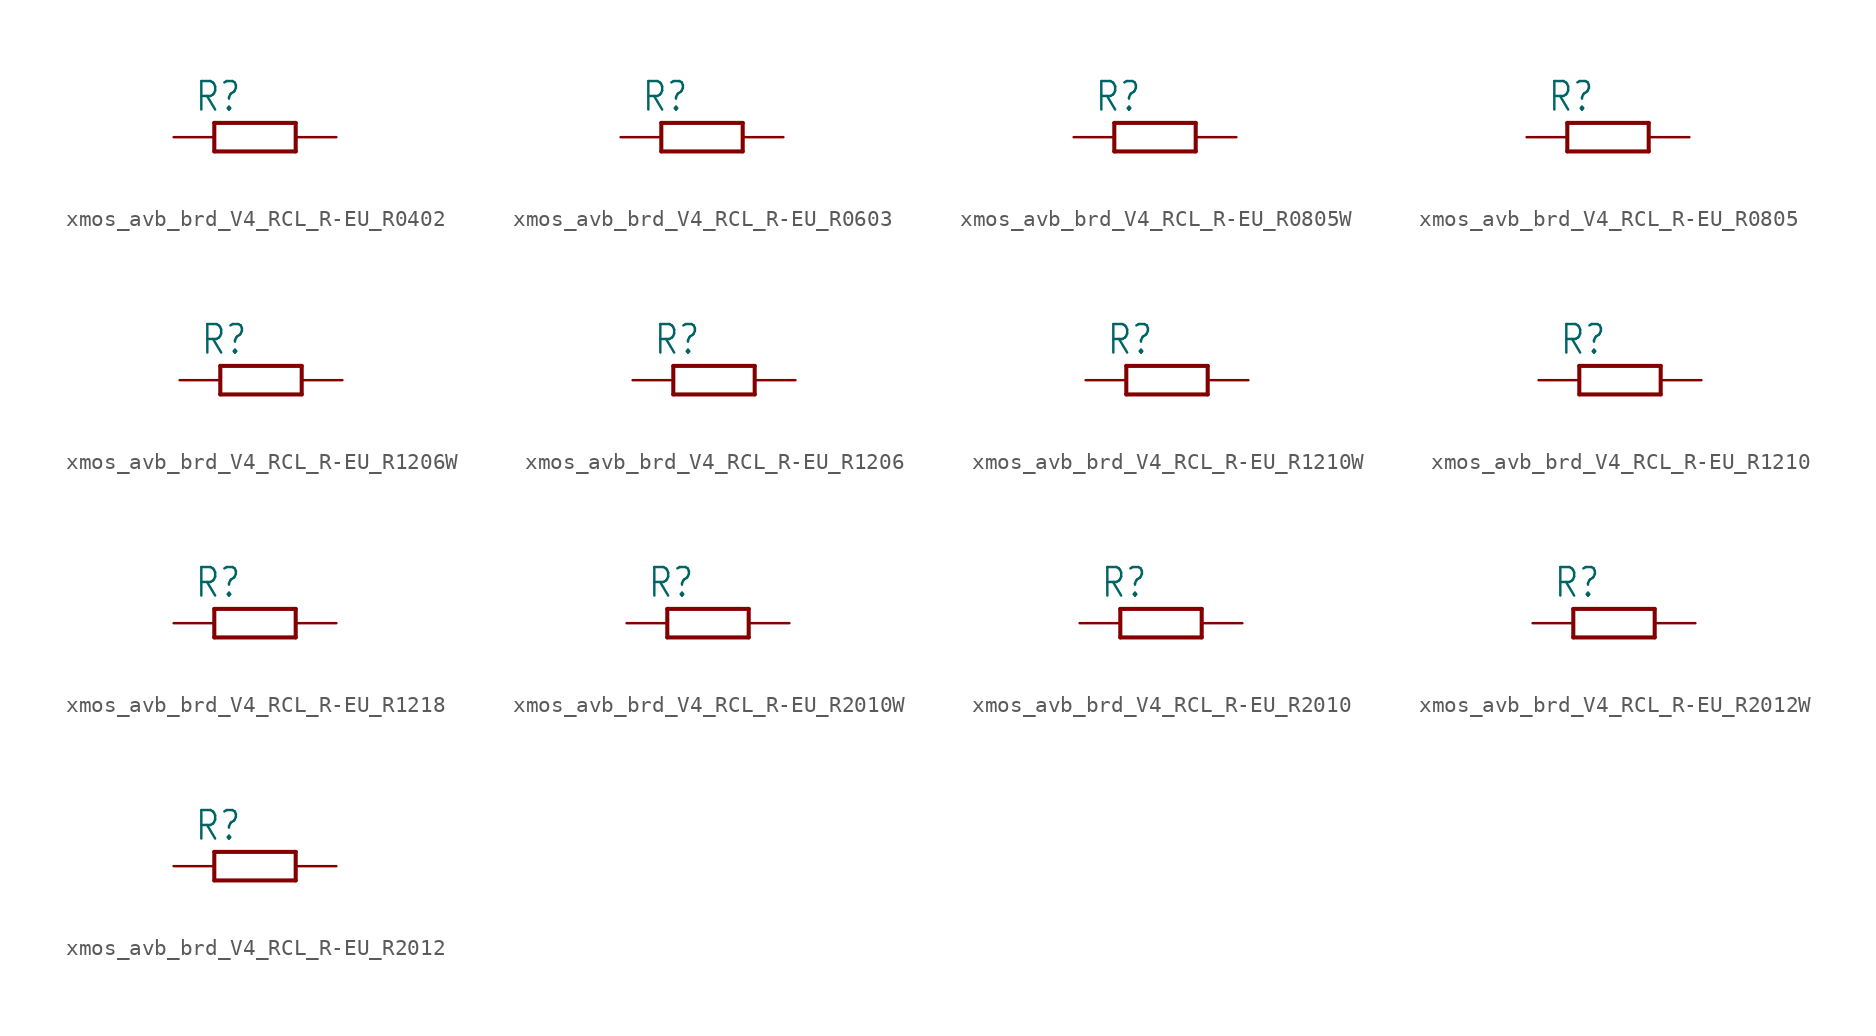
<source format=kicad_sym>
(kicad_symbol_lib
  (version 20241209)
  (generator "kicad_symbol_editor")
  (generator_version "9.0")
  (symbol "xmos_avb_brd_V4_RCL_R-EU_R0402"
    (property "Reference" "R"
      (at -3.81 1.499 0)
      (effects (font (size 1.778 1.511)) (justify left bottom)))
    (property "Value" ""
      (at -3.81 -3.302 0)
      (effects (font (size 1.778 1.511)) (justify left bottom)))
    (property "ki_locked" ""
      (at 0 0 0)
      (effects (font (size 1.27 1.27))))
    (symbol "xmos_avb_brd_V4_RCL_R-EU_R0402_1_0"
      (polyline (pts (xy -2.54 -0.889) (xy -2.54 0.889)) (stroke (width 0.254) (type solid)) (fill (type none)))
      (polyline (pts (xy -2.54 -0.889) (xy 2.54 -0.889)) (stroke (width 0.254) (type solid)) (fill (type none)))
      (polyline (pts (xy 2.54 0.889) (xy -2.54 0.889)) (stroke (width 0.254) (type solid)) (fill (type none)))
      (polyline (pts (xy 2.54 -0.889) (xy 2.54 0.889)) (stroke (width 0.254) (type solid)) (fill (type none)))
      (pin passive line (at -5.08 0 0) (length 2.54) (name "1" (effects (font (size 0 0)))) (number "1" (effects (font (size 0 0)))))
      (pin passive line (at 5.08 0 180) (length 2.54) (name "2" (effects (font (size 0 0)))) (number "2" (effects (font (size 0 0)))))))
  (symbol "xmos_avb_brd_V4_RCL_R-EU_R0603"
    (property "Reference" "R"
      (at -3.81 1.499 0)
      (effects (font (size 1.778 1.511)) (justify left bottom)))
    (property "Value" ""
      (at -3.81 -3.302 0)
      (effects (font (size 1.778 1.511)) (justify left bottom)))
    (property "ki_locked" ""
      (at 0 0 0)
      (effects (font (size 1.27 1.27))))
    (symbol "xmos_avb_brd_V4_RCL_R-EU_R0603_1_0"
      (polyline (pts (xy -2.54 -0.889) (xy -2.54 0.889)) (stroke (width 0.254) (type solid)) (fill (type none)))
      (polyline (pts (xy -2.54 -0.889) (xy 2.54 -0.889)) (stroke (width 0.254) (type solid)) (fill (type none)))
      (polyline (pts (xy 2.54 0.889) (xy -2.54 0.889)) (stroke (width 0.254) (type solid)) (fill (type none)))
      (polyline (pts (xy 2.54 -0.889) (xy 2.54 0.889)) (stroke (width 0.254) (type solid)) (fill (type none)))
      (pin passive line (at -5.08 0 0) (length 2.54) (name "1" (effects (font (size 0 0)))) (number "1" (effects (font (size 0 0)))))
      (pin passive line (at 5.08 0 180) (length 2.54) (name "2" (effects (font (size 0 0)))) (number "2" (effects (font (size 0 0)))))))
  (symbol "xmos_avb_brd_V4_RCL_R-EU_R0805W"
    (property "Reference" "R"
      (at -3.81 1.499 0)
      (effects (font (size 1.778 1.511)) (justify left bottom)))
    (property "Value" ""
      (at -3.81 -3.302 0)
      (effects (font (size 1.778 1.511)) (justify left bottom)))
    (property "ki_locked" ""
      (at 0 0 0)
      (effects (font (size 1.27 1.27))))
    (symbol "xmos_avb_brd_V4_RCL_R-EU_R0805W_1_0"
      (polyline (pts (xy -2.54 -0.889) (xy -2.54 0.889)) (stroke (width 0.254) (type solid)) (fill (type none)))
      (polyline (pts (xy -2.54 -0.889) (xy 2.54 -0.889)) (stroke (width 0.254) (type solid)) (fill (type none)))
      (polyline (pts (xy 2.54 0.889) (xy -2.54 0.889)) (stroke (width 0.254) (type solid)) (fill (type none)))
      (polyline (pts (xy 2.54 -0.889) (xy 2.54 0.889)) (stroke (width 0.254) (type solid)) (fill (type none)))
      (pin passive line (at -5.08 0 0) (length 2.54) (name "1" (effects (font (size 0 0)))) (number "1" (effects (font (size 0 0)))))
      (pin passive line (at 5.08 0 180) (length 2.54) (name "2" (effects (font (size 0 0)))) (number "2" (effects (font (size 0 0)))))))
  (symbol "xmos_avb_brd_V4_RCL_R-EU_R0805"
    (property "Reference" "R"
      (at -3.81 1.499 0)
      (effects (font (size 1.778 1.511)) (justify left bottom)))
    (property "Value" ""
      (at -3.81 -3.302 0)
      (effects (font (size 1.778 1.511)) (justify left bottom)))
    (property "ki_locked" ""
      (at 0 0 0)
      (effects (font (size 1.27 1.27))))
    (symbol "xmos_avb_brd_V4_RCL_R-EU_R0805_1_0"
      (polyline (pts (xy -2.54 -0.889) (xy -2.54 0.889)) (stroke (width 0.254) (type solid)) (fill (type none)))
      (polyline (pts (xy -2.54 -0.889) (xy 2.54 -0.889)) (stroke (width 0.254) (type solid)) (fill (type none)))
      (polyline (pts (xy 2.54 0.889) (xy -2.54 0.889)) (stroke (width 0.254) (type solid)) (fill (type none)))
      (polyline (pts (xy 2.54 -0.889) (xy 2.54 0.889)) (stroke (width 0.254) (type solid)) (fill (type none)))
      (pin passive line (at -5.08 0 0) (length 2.54) (name "1" (effects (font (size 0 0)))) (number "1" (effects (font (size 0 0)))))
      (pin passive line (at 5.08 0 180) (length 2.54) (name "2" (effects (font (size 0 0)))) (number "2" (effects (font (size 0 0)))))))
  (symbol "xmos_avb_brd_V4_RCL_R-EU_R1206W"
    (property "Reference" "R"
      (at -3.81 1.499 0)
      (effects (font (size 1.778 1.511)) (justify left bottom)))
    (property "Value" ""
      (at -3.81 -3.302 0)
      (effects (font (size 1.778 1.511)) (justify left bottom)))
    (property "ki_locked" ""
      (at 0 0 0)
      (effects (font (size 1.27 1.27))))
    (symbol "xmos_avb_brd_V4_RCL_R-EU_R1206W_1_0"
      (polyline (pts (xy -2.54 -0.889) (xy -2.54 0.889)) (stroke (width 0.254) (type solid)) (fill (type none)))
      (polyline (pts (xy -2.54 -0.889) (xy 2.54 -0.889)) (stroke (width 0.254) (type solid)) (fill (type none)))
      (polyline (pts (xy 2.54 0.889) (xy -2.54 0.889)) (stroke (width 0.254) (type solid)) (fill (type none)))
      (polyline (pts (xy 2.54 -0.889) (xy 2.54 0.889)) (stroke (width 0.254) (type solid)) (fill (type none)))
      (pin passive line (at -5.08 0 0) (length 2.54) (name "1" (effects (font (size 0 0)))) (number "1" (effects (font (size 0 0)))))
      (pin passive line (at 5.08 0 180) (length 2.54) (name "2" (effects (font (size 0 0)))) (number "2" (effects (font (size 0 0)))))))
  (symbol "xmos_avb_brd_V4_RCL_R-EU_R1206"
    (property "Reference" "R"
      (at -3.81 1.499 0)
      (effects (font (size 1.778 1.511)) (justify left bottom)))
    (property "Value" ""
      (at -3.81 -3.302 0)
      (effects (font (size 1.778 1.511)) (justify left bottom)))
    (property "ki_locked" ""
      (at 0 0 0)
      (effects (font (size 1.27 1.27))))
    (symbol "xmos_avb_brd_V4_RCL_R-EU_R1206_1_0"
      (polyline (pts (xy -2.54 -0.889) (xy -2.54 0.889)) (stroke (width 0.254) (type solid)) (fill (type none)))
      (polyline (pts (xy -2.54 -0.889) (xy 2.54 -0.889)) (stroke (width 0.254) (type solid)) (fill (type none)))
      (polyline (pts (xy 2.54 0.889) (xy -2.54 0.889)) (stroke (width 0.254) (type solid)) (fill (type none)))
      (polyline (pts (xy 2.54 -0.889) (xy 2.54 0.889)) (stroke (width 0.254) (type solid)) (fill (type none)))
      (pin passive line (at -5.08 0 0) (length 2.54) (name "1" (effects (font (size 0 0)))) (number "1" (effects (font (size 0 0)))))
      (pin passive line (at 5.08 0 180) (length 2.54) (name "2" (effects (font (size 0 0)))) (number "2" (effects (font (size 0 0)))))))
  (symbol "xmos_avb_brd_V4_RCL_R-EU_R1210W"
    (property "Reference" "R"
      (at -3.81 1.499 0)
      (effects (font (size 1.778 1.511)) (justify left bottom)))
    (property "Value" ""
      (at -3.81 -3.302 0)
      (effects (font (size 1.778 1.511)) (justify left bottom)))
    (property "ki_locked" ""
      (at 0 0 0)
      (effects (font (size 1.27 1.27))))
    (symbol "xmos_avb_brd_V4_RCL_R-EU_R1210W_1_0"
      (polyline (pts (xy -2.54 -0.889) (xy -2.54 0.889)) (stroke (width 0.254) (type solid)) (fill (type none)))
      (polyline (pts (xy -2.54 -0.889) (xy 2.54 -0.889)) (stroke (width 0.254) (type solid)) (fill (type none)))
      (polyline (pts (xy 2.54 0.889) (xy -2.54 0.889)) (stroke (width 0.254) (type solid)) (fill (type none)))
      (polyline (pts (xy 2.54 -0.889) (xy 2.54 0.889)) (stroke (width 0.254) (type solid)) (fill (type none)))
      (pin passive line (at -5.08 0 0) (length 2.54) (name "1" (effects (font (size 0 0)))) (number "1" (effects (font (size 0 0)))))
      (pin passive line (at 5.08 0 180) (length 2.54) (name "2" (effects (font (size 0 0)))) (number "2" (effects (font (size 0 0)))))))
  (symbol "xmos_avb_brd_V4_RCL_R-EU_R1210"
    (property "Reference" "R"
      (at -3.81 1.499 0)
      (effects (font (size 1.778 1.511)) (justify left bottom)))
    (property "Value" ""
      (at -3.81 -3.302 0)
      (effects (font (size 1.778 1.511)) (justify left bottom)))
    (property "ki_locked" ""
      (at 0 0 0)
      (effects (font (size 1.27 1.27))))
    (symbol "xmos_avb_brd_V4_RCL_R-EU_R1210_1_0"
      (polyline (pts (xy -2.54 -0.889) (xy -2.54 0.889)) (stroke (width 0.254) (type solid)) (fill (type none)))
      (polyline (pts (xy -2.54 -0.889) (xy 2.54 -0.889)) (stroke (width 0.254) (type solid)) (fill (type none)))
      (polyline (pts (xy 2.54 0.889) (xy -2.54 0.889)) (stroke (width 0.254) (type solid)) (fill (type none)))
      (polyline (pts (xy 2.54 -0.889) (xy 2.54 0.889)) (stroke (width 0.254) (type solid)) (fill (type none)))
      (pin passive line (at -5.08 0 0) (length 2.54) (name "1" (effects (font (size 0 0)))) (number "1" (effects (font (size 0 0)))))
      (pin passive line (at 5.08 0 180) (length 2.54) (name "2" (effects (font (size 0 0)))) (number "2" (effects (font (size 0 0)))))))
  (symbol "xmos_avb_brd_V4_RCL_R-EU_R1218"
    (property "Reference" "R"
      (at -3.81 1.499 0)
      (effects (font (size 1.778 1.511)) (justify left bottom)))
    (property "Value" ""
      (at -3.81 -3.302 0)
      (effects (font (size 1.778 1.511)) (justify left bottom)))
    (property "ki_locked" ""
      (at 0 0 0)
      (effects (font (size 1.27 1.27))))
    (symbol "xmos_avb_brd_V4_RCL_R-EU_R1218_1_0"
      (polyline (pts (xy -2.54 -0.889) (xy -2.54 0.889)) (stroke (width 0.254) (type solid)) (fill (type none)))
      (polyline (pts (xy -2.54 -0.889) (xy 2.54 -0.889)) (stroke (width 0.254) (type solid)) (fill (type none)))
      (polyline (pts (xy 2.54 0.889) (xy -2.54 0.889)) (stroke (width 0.254) (type solid)) (fill (type none)))
      (polyline (pts (xy 2.54 -0.889) (xy 2.54 0.889)) (stroke (width 0.254) (type solid)) (fill (type none)))
      (pin passive line (at -5.08 0 0) (length 2.54) (name "1" (effects (font (size 0 0)))) (number "1" (effects (font (size 0 0)))))
      (pin passive line (at 5.08 0 180) (length 2.54) (name "2" (effects (font (size 0 0)))) (number "2" (effects (font (size 0 0)))))))
  (symbol "xmos_avb_brd_V4_RCL_R-EU_R2010W"
    (property "Reference" "R"
      (at -3.81 1.499 0)
      (effects (font (size 1.778 1.511)) (justify left bottom)))
    (property "Value" ""
      (at -3.81 -3.302 0)
      (effects (font (size 1.778 1.511)) (justify left bottom)))
    (property "ki_locked" ""
      (at 0 0 0)
      (effects (font (size 1.27 1.27))))
    (symbol "xmos_avb_brd_V4_RCL_R-EU_R2010W_1_0"
      (polyline (pts (xy -2.54 -0.889) (xy -2.54 0.889)) (stroke (width 0.254) (type solid)) (fill (type none)))
      (polyline (pts (xy -2.54 -0.889) (xy 2.54 -0.889)) (stroke (width 0.254) (type solid)) (fill (type none)))
      (polyline (pts (xy 2.54 0.889) (xy -2.54 0.889)) (stroke (width 0.254) (type solid)) (fill (type none)))
      (polyline (pts (xy 2.54 -0.889) (xy 2.54 0.889)) (stroke (width 0.254) (type solid)) (fill (type none)))
      (pin passive line (at -5.08 0 0) (length 2.54) (name "1" (effects (font (size 0 0)))) (number "1" (effects (font (size 0 0)))))
      (pin passive line (at 5.08 0 180) (length 2.54) (name "2" (effects (font (size 0 0)))) (number "2" (effects (font (size 0 0)))))))
  (symbol "xmos_avb_brd_V4_RCL_R-EU_R2010"
    (property "Reference" "R"
      (at -3.81 1.499 0)
      (effects (font (size 1.778 1.511)) (justify left bottom)))
    (property "Value" ""
      (at -3.81 -3.302 0)
      (effects (font (size 1.778 1.511)) (justify left bottom)))
    (property "ki_locked" ""
      (at 0 0 0)
      (effects (font (size 1.27 1.27))))
    (symbol "xmos_avb_brd_V4_RCL_R-EU_R2010_1_0"
      (polyline (pts (xy -2.54 -0.889) (xy -2.54 0.889)) (stroke (width 0.254) (type solid)) (fill (type none)))
      (polyline (pts (xy -2.54 -0.889) (xy 2.54 -0.889)) (stroke (width 0.254) (type solid)) (fill (type none)))
      (polyline (pts (xy 2.54 0.889) (xy -2.54 0.889)) (stroke (width 0.254) (type solid)) (fill (type none)))
      (polyline (pts (xy 2.54 -0.889) (xy 2.54 0.889)) (stroke (width 0.254) (type solid)) (fill (type none)))
      (pin passive line (at -5.08 0 0) (length 2.54) (name "1" (effects (font (size 0 0)))) (number "1" (effects (font (size 0 0)))))
      (pin passive line (at 5.08 0 180) (length 2.54) (name "2" (effects (font (size 0 0)))) (number "2" (effects (font (size 0 0)))))))
  (symbol "xmos_avb_brd_V4_RCL_R-EU_R2012W"
    (property "Reference" "R"
      (at -3.81 1.499 0)
      (effects (font (size 1.778 1.511)) (justify left bottom)))
    (property "Value" ""
      (at -3.81 -3.302 0)
      (effects (font (size 1.778 1.511)) (justify left bottom)))
    (property "ki_locked" ""
      (at 0 0 0)
      (effects (font (size 1.27 1.27))))
    (symbol "xmos_avb_brd_V4_RCL_R-EU_R2012W_1_0"
      (polyline (pts (xy -2.54 -0.889) (xy -2.54 0.889)) (stroke (width 0.254) (type solid)) (fill (type none)))
      (polyline (pts (xy -2.54 -0.889) (xy 2.54 -0.889)) (stroke (width 0.254) (type solid)) (fill (type none)))
      (polyline (pts (xy 2.54 0.889) (xy -2.54 0.889)) (stroke (width 0.254) (type solid)) (fill (type none)))
      (polyline (pts (xy 2.54 -0.889) (xy 2.54 0.889)) (stroke (width 0.254) (type solid)) (fill (type none)))
      (pin passive line (at -5.08 0 0) (length 2.54) (name "1" (effects (font (size 0 0)))) (number "1" (effects (font (size 0 0)))))
      (pin passive line (at 5.08 0 180) (length 2.54) (name "2" (effects (font (size 0 0)))) (number "2" (effects (font (size 0 0)))))))
  (symbol "xmos_avb_brd_V4_RCL_R-EU_R2012"
    (property "Reference" "R"
      (at -3.81 1.499 0)
      (effects (font (size 1.778 1.511)) (justify left bottom)))
    (property "Value" ""
      (at -3.81 -3.302 0)
      (effects (font (size 1.778 1.511)) (justify left bottom)))
    (property "ki_locked" ""
      (at 0 0 0)
      (effects (font (size 1.27 1.27))))
    (symbol "xmos_avb_brd_V4_RCL_R-EU_R2012_1_0"
      (polyline (pts (xy -2.54 -0.889) (xy -2.54 0.889)) (stroke (width 0.254) (type solid)) (fill (type none)))
      (polyline (pts (xy -2.54 -0.889) (xy 2.54 -0.889)) (stroke (width 0.254) (type solid)) (fill (type none)))
      (polyline (pts (xy 2.54 0.889) (xy -2.54 0.889)) (stroke (width 0.254) (type solid)) (fill (type none)))
      (polyline (pts (xy 2.54 -0.889) (xy 2.54 0.889)) (stroke (width 0.254) (type solid)) (fill (type none)))
      (pin passive line (at -5.08 0 0) (length 2.54) (name "1" (effects (font (size 0 0)))) (number "1" (effects (font (size 0 0)))))
      (pin passive line (at 5.08 0 180) (length 2.54) (name "2" (effects (font (size 0 0)))) (number "2" (effects (font (size 0 0))))))))
</source>
